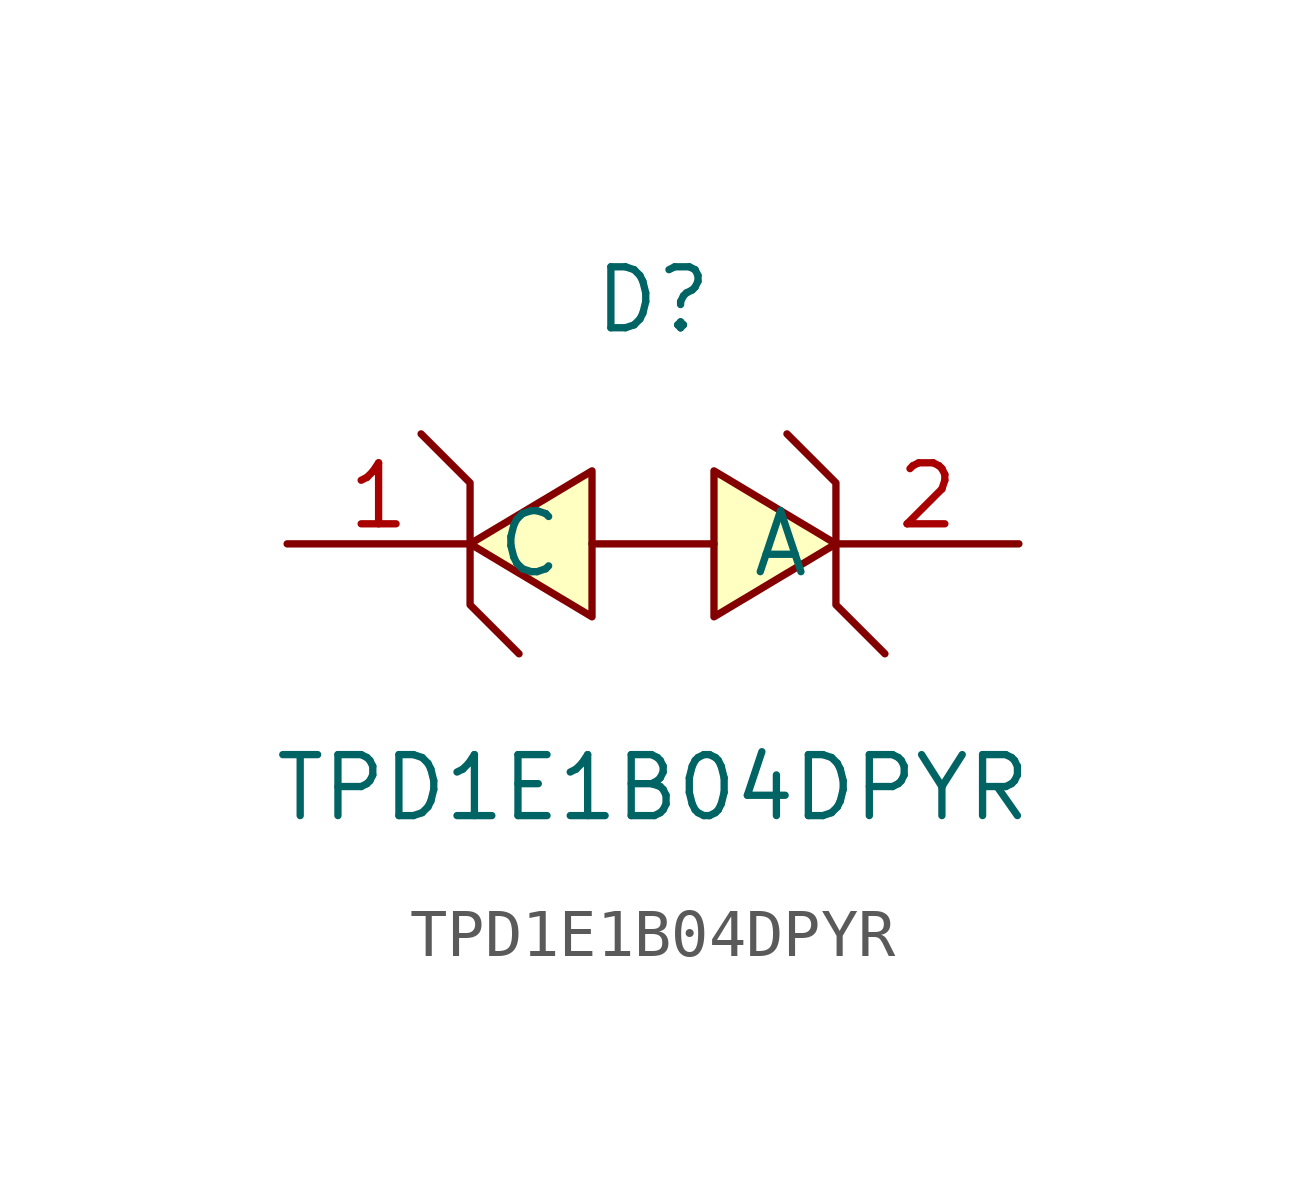
<source format=kicad_sym>
(kicad_symbol_lib
  (version 20211014)
  (generator https://github.com/uPesy/easyeda2kicad.py)
  (symbol "TPD1E1B04DPYR"
    (property "Reference" "D"
      (at 0 5.08 0)
      (effects (font (size 1.27 1.27))))
    (property "Value" "TPD1E1B04DPYR"
      (at 0 -5.08 0)
      (effects (font (size 1.27 1.27))))
    (symbol "TPD1E1B04DPYR_0_1"
      (polyline (pts (xy 1.27 1.52) (xy 3.81 -0.00) (xy 1.27 -1.52) (xy 1.27 1.52)) (stroke (width 0) (type default) (color 0 0 0 0)) (fill (type background)))
      (polyline (pts (xy -1.27 -1.52) (xy -3.81 -0.00) (xy -1.27 1.52) (xy -1.27 -1.52)) (stroke (width 0) (type default) (color 0 0 0 0)) (fill (type background)))
      (polyline (pts (xy -1.27 -0.00) (xy 1.27 -0.00)) (stroke (width 0) (type default) (color 0 0 0 0)) (fill (type none)))
      (polyline (pts (xy 4.83 -2.29) (xy 3.81 -1.27) (xy 3.81 1.27) (xy 2.79 2.29)) (stroke (width 0) (type default) (color 0 0 0 0)) (fill (type none)))
      (polyline (pts (xy -4.83 2.29) (xy -3.81 1.27) (xy -3.81 -1.27) (xy -2.79 -2.29)) (stroke (width 0) (type default) (color 0 0 0 0)) (fill (type none)))
      (pin unspecified line (at -7.62 -0.00 0) (length 3.81) (name "C" (effects (font (size 1.27 1.27)))) (number "1" (effects (font (size 1.27 1.27)))))
      (pin unspecified line (at 7.62 -0.00 180) (length 3.81) (name "A" (effects (font (size 1.27 1.27)))) (number "2" (effects (font (size 1.27 1.27))))))))
</source>
